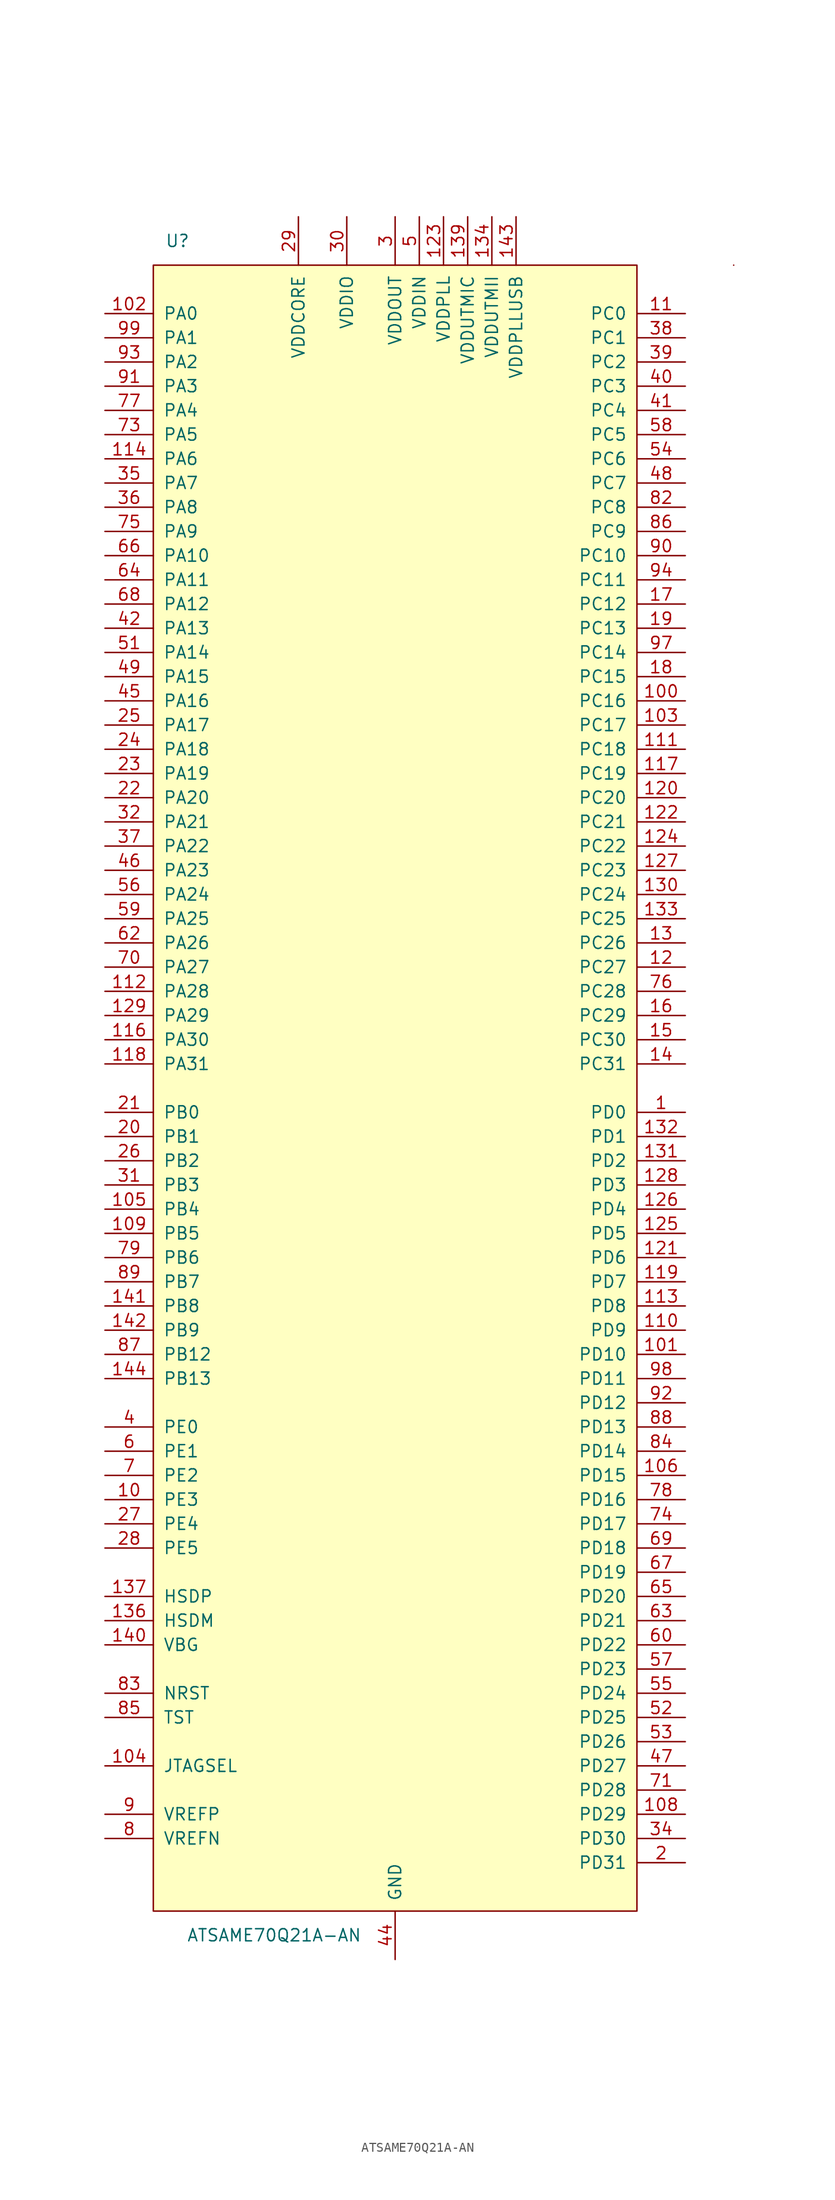
<source format=kicad_sym>
(kicad_symbol_lib
  (version 20201005)
  (generator kicad_symbol_editor)
  (symbol "ATSAME70Q21A-AN"
    (pin_names
      (offset 1.016))
    (property "Reference" "U"
      (at -22.86 88.9 0)
      (effects (font (size 1.27 1.27))))
    (property "Value" "ATSAME70Q21A-AN"
      (at -12.7 -88.9 0)
      (effects (font (size 1.27 1.27))))
    (symbol "ATSAME70Q21A-AN_0_1"
      (rectangle (start 25.4 86.36) (end -25.4 -86.36) (stroke (width 0)) (fill (type background)))
      (rectangle (start 35.56 86.36) (end 35.56 86.36) (stroke (width 0)) (fill (type none))))
    (symbol "ATSAME70Q21A-AN_1_1"
      (pin bidirectional line (at 30.48 -2.54 180) (length 5.08) (name "PD0" (effects (font (size 1.27 1.27)))) (number "1" (effects (font (size 1.27 1.27)))))
      (pin bidirectional line (at -30.48 -43.18 0) (length 5.08) (name "PE3" (effects (font (size 1.27 1.27)))) (number "10" (effects (font (size 1.27 1.27)))))
      (pin bidirectional line (at 30.48 40.64 180) (length 5.08) (name "PC16" (effects (font (size 1.27 1.27)))) (number "100" (effects (font (size 1.27 1.27)))))
      (pin bidirectional line (at 30.48 -27.94 180) (length 5.08) (name "PD10" (effects (font (size 1.27 1.27)))) (number "101" (effects (font (size 1.27 1.27)))))
      (pin bidirectional line (at -30.48 81.28 0) (length 5.08) (name "PA0" (effects (font (size 1.27 1.27)))) (number "102" (effects (font (size 1.27 1.27)))))
      (pin bidirectional line (at 30.48 38.1 180) (length 5.08) (name "PC17" (effects (font (size 1.27 1.27)))) (number "103" (effects (font (size 1.27 1.27)))))
      (pin input line (at -30.48 -71.12 0) (length 5.08) (name "JTAGSEL" (effects (font (size 1.27 1.27)))) (number "104" (effects (font (size 1.27 1.27)))))
      (pin bidirectional line (at -30.48 -12.7 0) (length 5.08) (name "PB4" (effects (font (size 1.27 1.27)))) (number "105" (effects (font (size 1.27 1.27)))))
      (pin bidirectional line (at 30.48 -40.64 180) (length 5.08) (name "PD15" (effects (font (size 1.27 1.27)))) (number "106" (effects (font (size 1.27 1.27)))))
      (pin passive line (at -10.16 91.44 270) (length 5.08) hide (name "VDDCORE" (effects (font (size 1.27 1.27)))) (number "107" (effects (font (size 1.27 1.27)))))
      (pin bidirectional line (at 30.48 -76.2 180) (length 5.08) (name "PD29" (effects (font (size 1.27 1.27)))) (number "108" (effects (font (size 1.27 1.27)))))
      (pin bidirectional line (at -30.48 -15.24 0) (length 5.08) (name "PB5" (effects (font (size 1.27 1.27)))) (number "109" (effects (font (size 1.27 1.27)))))
      (pin bidirectional line (at 30.48 81.28 180) (length 5.08) (name "PC0" (effects (font (size 1.27 1.27)))) (number "11" (effects (font (size 1.27 1.27)))))
      (pin bidirectional line (at 30.48 -25.4 180) (length 5.08) (name "PD9" (effects (font (size 1.27 1.27)))) (number "110" (effects (font (size 1.27 1.27)))))
      (pin bidirectional line (at 30.48 35.56 180) (length 5.08) (name "PC18" (effects (font (size 1.27 1.27)))) (number "111" (effects (font (size 1.27 1.27)))))
      (pin bidirectional line (at -30.48 10.16 0) (length 5.08) (name "PA28" (effects (font (size 1.27 1.27)))) (number "112" (effects (font (size 1.27 1.27)))))
      (pin bidirectional line (at 30.48 -22.86 180) (length 5.08) (name "PD8" (effects (font (size 1.27 1.27)))) (number "113" (effects (font (size 1.27 1.27)))))
      (pin bidirectional line (at -30.48 66.04 0) (length 5.08) (name "PA6" (effects (font (size 1.27 1.27)))) (number "114" (effects (font (size 1.27 1.27)))))
      (pin passive line (at 0 -91.44 90) (length 5.08) hide (name "GND" (effects (font (size 1.27 1.27)))) (number "115" (effects (font (size 1.27 1.27)))))
      (pin bidirectional line (at -30.48 5.08 0) (length 5.08) (name "PA30" (effects (font (size 1.27 1.27)))) (number "116" (effects (font (size 1.27 1.27)))))
      (pin bidirectional line (at 30.48 33.02 180) (length 5.08) (name "PC19" (effects (font (size 1.27 1.27)))) (number "117" (effects (font (size 1.27 1.27)))))
      (pin bidirectional line (at -30.48 2.54 0) (length 5.08) (name "PA31" (effects (font (size 1.27 1.27)))) (number "118" (effects (font (size 1.27 1.27)))))
      (pin bidirectional line (at 30.48 -20.32 180) (length 5.08) (name "PD7" (effects (font (size 1.27 1.27)))) (number "119" (effects (font (size 1.27 1.27)))))
      (pin bidirectional line (at 30.48 12.7 180) (length 5.08) (name "PC27" (effects (font (size 1.27 1.27)))) (number "12" (effects (font (size 1.27 1.27)))))
      (pin bidirectional line (at 30.48 30.48 180) (length 5.08) (name "PC20" (effects (font (size 1.27 1.27)))) (number "120" (effects (font (size 1.27 1.27)))))
      (pin bidirectional line (at 30.48 -17.78 180) (length 5.08) (name "PD6" (effects (font (size 1.27 1.27)))) (number "121" (effects (font (size 1.27 1.27)))))
      (pin bidirectional line (at 30.48 27.94 180) (length 5.08) (name "PC21" (effects (font (size 1.27 1.27)))) (number "122" (effects (font (size 1.27 1.27)))))
      (pin power_in line (at 5.08 91.44 270) (length 5.08) (name "VDDPLL" (effects (font (size 1.27 1.27)))) (number "123" (effects (font (size 1.27 1.27)))))
      (pin bidirectional line (at 30.48 25.4 180) (length 5.08) (name "PC22" (effects (font (size 1.27 1.27)))) (number "124" (effects (font (size 1.27 1.27)))))
      (pin bidirectional line (at 30.48 -15.24 180) (length 5.08) (name "PD5" (effects (font (size 1.27 1.27)))) (number "125" (effects (font (size 1.27 1.27)))))
      (pin bidirectional line (at 30.48 -12.7 180) (length 5.08) (name "PD4" (effects (font (size 1.27 1.27)))) (number "126" (effects (font (size 1.27 1.27)))))
      (pin bidirectional line (at 30.48 22.86 180) (length 5.08) (name "PC23" (effects (font (size 1.27 1.27)))) (number "127" (effects (font (size 1.27 1.27)))))
      (pin bidirectional line (at 30.48 -10.16 180) (length 5.08) (name "PD3" (effects (font (size 1.27 1.27)))) (number "128" (effects (font (size 1.27 1.27)))))
      (pin bidirectional line (at -30.48 7.62 0) (length 5.08) (name "PA29" (effects (font (size 1.27 1.27)))) (number "129" (effects (font (size 1.27 1.27)))))
      (pin bidirectional line (at 30.48 15.24 180) (length 5.08) (name "PC26" (effects (font (size 1.27 1.27)))) (number "13" (effects (font (size 1.27 1.27)))))
      (pin bidirectional line (at 30.48 20.32 180) (length 5.08) (name "PC24" (effects (font (size 1.27 1.27)))) (number "130" (effects (font (size 1.27 1.27)))))
      (pin bidirectional line (at 30.48 -7.62 180) (length 5.08) (name "PD2" (effects (font (size 1.27 1.27)))) (number "131" (effects (font (size 1.27 1.27)))))
      (pin bidirectional line (at 30.48 -5.08 180) (length 5.08) (name "PD1" (effects (font (size 1.27 1.27)))) (number "132" (effects (font (size 1.27 1.27)))))
      (pin bidirectional line (at 30.48 17.78 180) (length 5.08) (name "PC25" (effects (font (size 1.27 1.27)))) (number "133" (effects (font (size 1.27 1.27)))))
      (pin power_in line (at 10.16 91.44 270) (length 5.08) (name "VDDUTMII" (effects (font (size 1.27 1.27)))) (number "134" (effects (font (size 1.27 1.27)))))
      (pin passive line (at 0 -91.44 90) (length 5.08) hide (name "GND" (effects (font (size 1.27 1.27)))) (number "135" (effects (font (size 1.27 1.27)))))
      (pin bidirectional line (at -30.48 -55.88 0) (length 5.08) (name "HSDM" (effects (font (size 1.27 1.27)))) (number "136" (effects (font (size 1.27 1.27)))))
      (pin bidirectional line (at -30.48 -53.34 0) (length 5.08) (name "HSDP" (effects (font (size 1.27 1.27)))) (number "137" (effects (font (size 1.27 1.27)))))
      (pin passive line (at 0 -91.44 90) (length 5.08) hide (name "GND" (effects (font (size 1.27 1.27)))) (number "138" (effects (font (size 1.27 1.27)))))
      (pin power_in line (at 7.62 91.44 270) (length 5.08) (name "VDDUTMIC" (effects (font (size 1.27 1.27)))) (number "139" (effects (font (size 1.27 1.27)))))
      (pin bidirectional line (at 30.48 2.54 180) (length 5.08) (name "PC31" (effects (font (size 1.27 1.27)))) (number "14" (effects (font (size 1.27 1.27)))))
      (pin input line (at -30.48 -58.42 0) (length 5.08) (name "VBG" (effects (font (size 1.27 1.27)))) (number "140" (effects (font (size 1.27 1.27)))))
      (pin bidirectional line (at -30.48 -22.86 0) (length 5.08) (name "PB8" (effects (font (size 1.27 1.27)))) (number "141" (effects (font (size 1.27 1.27)))))
      (pin bidirectional line (at -30.48 -25.4 0) (length 5.08) (name "PB9" (effects (font (size 1.27 1.27)))) (number "142" (effects (font (size 1.27 1.27)))))
      (pin power_in line (at 12.7 91.44 270) (length 5.08) (name "VDDPLLUSB" (effects (font (size 1.27 1.27)))) (number "143" (effects (font (size 1.27 1.27)))))
      (pin bidirectional line (at -30.48 -30.48 0) (length 5.08) (name "PB13" (effects (font (size 1.27 1.27)))) (number "144" (effects (font (size 1.27 1.27)))))
      (pin bidirectional line (at 30.48 5.08 180) (length 5.08) (name "PC30" (effects (font (size 1.27 1.27)))) (number "15" (effects (font (size 1.27 1.27)))))
      (pin bidirectional line (at 30.48 7.62 180) (length 5.08) (name "PC29" (effects (font (size 1.27 1.27)))) (number "16" (effects (font (size 1.27 1.27)))))
      (pin bidirectional line (at 30.48 50.8 180) (length 5.08) (name "PC12" (effects (font (size 1.27 1.27)))) (number "17" (effects (font (size 1.27 1.27)))))
      (pin bidirectional line (at 30.48 43.18 180) (length 5.08) (name "PC15" (effects (font (size 1.27 1.27)))) (number "18" (effects (font (size 1.27 1.27)))))
      (pin bidirectional line (at 30.48 48.26 180) (length 5.08) (name "PC13" (effects (font (size 1.27 1.27)))) (number "19" (effects (font (size 1.27 1.27)))))
      (pin bidirectional line (at 30.48 -81.28 180) (length 5.08) (name "PD31" (effects (font (size 1.27 1.27)))) (number "2" (effects (font (size 1.27 1.27)))))
      (pin bidirectional line (at -30.48 -5.08 0) (length 5.08) (name "PB1" (effects (font (size 1.27 1.27)))) (number "20" (effects (font (size 1.27 1.27)))))
      (pin bidirectional line (at -30.48 -2.54 0) (length 5.08) (name "PB0" (effects (font (size 1.27 1.27)))) (number "21" (effects (font (size 1.27 1.27)))))
      (pin bidirectional line (at -30.48 30.48 0) (length 5.08) (name "PA20" (effects (font (size 1.27 1.27)))) (number "22" (effects (font (size 1.27 1.27)))))
      (pin bidirectional line (at -30.48 33.02 0) (length 5.08) (name "PA19" (effects (font (size 1.27 1.27)))) (number "23" (effects (font (size 1.27 1.27)))))
      (pin bidirectional line (at -30.48 35.56 0) (length 5.08) (name "PA18" (effects (font (size 1.27 1.27)))) (number "24" (effects (font (size 1.27 1.27)))))
      (pin bidirectional line (at -30.48 38.1 0) (length 5.08) (name "PA17" (effects (font (size 1.27 1.27)))) (number "25" (effects (font (size 1.27 1.27)))))
      (pin bidirectional line (at -30.48 -7.62 0) (length 5.08) (name "PB2" (effects (font (size 1.27 1.27)))) (number "26" (effects (font (size 1.27 1.27)))))
      (pin bidirectional line (at -30.48 -45.72 0) (length 5.08) (name "PE4" (effects (font (size 1.27 1.27)))) (number "27" (effects (font (size 1.27 1.27)))))
      (pin bidirectional line (at -30.48 -48.26 0) (length 5.08) (name "PE5" (effects (font (size 1.27 1.27)))) (number "28" (effects (font (size 1.27 1.27)))))
      (pin power_in line (at -10.16 91.44 270) (length 5.08) (name "VDDCORE" (effects (font (size 1.27 1.27)))) (number "29" (effects (font (size 1.27 1.27)))))
      (pin power_in line (at 0 91.44 270) (length 5.08) (name "VDDOUT" (effects (font (size 1.27 1.27)))) (number "3" (effects (font (size 1.27 1.27)))))
      (pin power_in line (at -5.08 91.44 270) (length 5.08) (name "VDDIO" (effects (font (size 1.27 1.27)))) (number "30" (effects (font (size 1.27 1.27)))))
      (pin bidirectional line (at -30.48 -10.16 0) (length 5.08) (name "PB3" (effects (font (size 1.27 1.27)))) (number "31" (effects (font (size 1.27 1.27)))))
      (pin bidirectional line (at -30.48 27.94 0) (length 5.08) (name "PA21" (effects (font (size 1.27 1.27)))) (number "32" (effects (font (size 1.27 1.27)))))
      (pin passive line (at -10.16 91.44 270) (length 5.08) hide (name "VDDCORE" (effects (font (size 1.27 1.27)))) (number "33" (effects (font (size 1.27 1.27)))))
      (pin bidirectional line (at 30.48 -78.74 180) (length 5.08) (name "PD30" (effects (font (size 1.27 1.27)))) (number "34" (effects (font (size 1.27 1.27)))))
      (pin bidirectional line (at -30.48 63.5 0) (length 5.08) (name "PA7" (effects (font (size 1.27 1.27)))) (number "35" (effects (font (size 1.27 1.27)))))
      (pin bidirectional line (at -30.48 60.96 0) (length 5.08) (name "PA8" (effects (font (size 1.27 1.27)))) (number "36" (effects (font (size 1.27 1.27)))))
      (pin bidirectional line (at -30.48 25.4 0) (length 5.08) (name "PA22" (effects (font (size 1.27 1.27)))) (number "37" (effects (font (size 1.27 1.27)))))
      (pin bidirectional line (at 30.48 78.74 180) (length 5.08) (name "PC1" (effects (font (size 1.27 1.27)))) (number "38" (effects (font (size 1.27 1.27)))))
      (pin bidirectional line (at 30.48 76.2 180) (length 5.08) (name "PC2" (effects (font (size 1.27 1.27)))) (number "39" (effects (font (size 1.27 1.27)))))
      (pin bidirectional line (at -30.48 -35.56 0) (length 5.08) (name "PE0" (effects (font (size 1.27 1.27)))) (number "4" (effects (font (size 1.27 1.27)))))
      (pin bidirectional line (at 30.48 73.66 180) (length 5.08) (name "PC3" (effects (font (size 1.27 1.27)))) (number "40" (effects (font (size 1.27 1.27)))))
      (pin bidirectional line (at 30.48 71.12 180) (length 5.08) (name "PC4" (effects (font (size 1.27 1.27)))) (number "41" (effects (font (size 1.27 1.27)))))
      (pin bidirectional line (at -30.48 48.26 0) (length 5.08) (name "PA13" (effects (font (size 1.27 1.27)))) (number "42" (effects (font (size 1.27 1.27)))))
      (pin passive line (at -5.08 91.44 270) (length 5.08) hide (name "VDDIO" (effects (font (size 1.27 1.27)))) (number "43" (effects (font (size 1.27 1.27)))))
      (pin power_in line (at 0 -91.44 90) (length 5.08) (name "GND" (effects (font (size 1.27 1.27)))) (number "44" (effects (font (size 1.27 1.27)))))
      (pin bidirectional line (at -30.48 40.64 0) (length 5.08) (name "PA16" (effects (font (size 1.27 1.27)))) (number "45" (effects (font (size 1.27 1.27)))))
      (pin bidirectional line (at -30.48 22.86 0) (length 5.08) (name "PA23" (effects (font (size 1.27 1.27)))) (number "46" (effects (font (size 1.27 1.27)))))
      (pin bidirectional line (at 30.48 -71.12 180) (length 5.08) (name "PD27" (effects (font (size 1.27 1.27)))) (number "47" (effects (font (size 1.27 1.27)))))
      (pin bidirectional line (at 30.48 63.5 180) (length 5.08) (name "PC7" (effects (font (size 1.27 1.27)))) (number "48" (effects (font (size 1.27 1.27)))))
      (pin bidirectional line (at -30.48 43.18 0) (length 5.08) (name "PA15" (effects (font (size 1.27 1.27)))) (number "49" (effects (font (size 1.27 1.27)))))
      (pin power_in line (at 2.54 91.44 270) (length 5.08) (name "VDDIN" (effects (font (size 1.27 1.27)))) (number "5" (effects (font (size 1.27 1.27)))))
      (pin passive line (at -10.16 91.44 270) (length 5.08) hide (name "VDDCORE" (effects (font (size 1.27 1.27)))) (number "50" (effects (font (size 1.27 1.27)))))
      (pin bidirectional line (at -30.48 45.72 0) (length 5.08) (name "PA14" (effects (font (size 1.27 1.27)))) (number "51" (effects (font (size 1.27 1.27)))))
      (pin bidirectional line (at 30.48 -66.04 180) (length 5.08) (name "PD25" (effects (font (size 1.27 1.27)))) (number "52" (effects (font (size 1.27 1.27)))))
      (pin bidirectional line (at 30.48 -68.58 180) (length 5.08) (name "PD26" (effects (font (size 1.27 1.27)))) (number "53" (effects (font (size 1.27 1.27)))))
      (pin bidirectional line (at 30.48 66.04 180) (length 5.08) (name "PC6" (effects (font (size 1.27 1.27)))) (number "54" (effects (font (size 1.27 1.27)))))
      (pin bidirectional line (at 30.48 -63.5 180) (length 5.08) (name "PD24" (effects (font (size 1.27 1.27)))) (number "55" (effects (font (size 1.27 1.27)))))
      (pin bidirectional line (at -30.48 20.32 0) (length 5.08) (name "PA24" (effects (font (size 1.27 1.27)))) (number "56" (effects (font (size 1.27 1.27)))))
      (pin bidirectional line (at 30.48 -60.96 180) (length 5.08) (name "PD23" (effects (font (size 1.27 1.27)))) (number "57" (effects (font (size 1.27 1.27)))))
      (pin bidirectional line (at 30.48 68.58 180) (length 5.08) (name "PC5" (effects (font (size 1.27 1.27)))) (number "58" (effects (font (size 1.27 1.27)))))
      (pin bidirectional line (at -30.48 17.78 0) (length 5.08) (name "PA25" (effects (font (size 1.27 1.27)))) (number "59" (effects (font (size 1.27 1.27)))))
      (pin bidirectional line (at -30.48 -38.1 0) (length 5.08) (name "PE1" (effects (font (size 1.27 1.27)))) (number "6" (effects (font (size 1.27 1.27)))))
      (pin bidirectional line (at 30.48 -58.42 180) (length 5.08) (name "PD22" (effects (font (size 1.27 1.27)))) (number "60" (effects (font (size 1.27 1.27)))))
      (pin passive line (at 0 -91.44 90) (length 5.08) hide (name "GND" (effects (font (size 1.27 1.27)))) (number "61" (effects (font (size 1.27 1.27)))))
      (pin bidirectional line (at -30.48 15.24 0) (length 5.08) (name "PA26" (effects (font (size 1.27 1.27)))) (number "62" (effects (font (size 1.27 1.27)))))
      (pin bidirectional line (at 30.48 -55.88 180) (length 5.08) (name "PD21" (effects (font (size 1.27 1.27)))) (number "63" (effects (font (size 1.27 1.27)))))
      (pin bidirectional line (at -30.48 53.34 0) (length 5.08) (name "PA11" (effects (font (size 1.27 1.27)))) (number "64" (effects (font (size 1.27 1.27)))))
      (pin bidirectional line (at 30.48 -53.34 180) (length 5.08) (name "PD20" (effects (font (size 1.27 1.27)))) (number "65" (effects (font (size 1.27 1.27)))))
      (pin bidirectional line (at -30.48 55.88 0) (length 5.08) (name "PA10" (effects (font (size 1.27 1.27)))) (number "66" (effects (font (size 1.27 1.27)))))
      (pin bidirectional line (at 30.48 -50.8 180) (length 5.08) (name "PD19" (effects (font (size 1.27 1.27)))) (number "67" (effects (font (size 1.27 1.27)))))
      (pin bidirectional line (at -30.48 50.8 0) (length 5.08) (name "PA12" (effects (font (size 1.27 1.27)))) (number "68" (effects (font (size 1.27 1.27)))))
      (pin bidirectional line (at 30.48 -48.26 180) (length 5.08) (name "PD18" (effects (font (size 1.27 1.27)))) (number "69" (effects (font (size 1.27 1.27)))))
      (pin bidirectional line (at -30.48 -40.64 0) (length 5.08) (name "PE2" (effects (font (size 1.27 1.27)))) (number "7" (effects (font (size 1.27 1.27)))))
      (pin bidirectional line (at -30.48 12.7 0) (length 5.08) (name "PA27" (effects (font (size 1.27 1.27)))) (number "70" (effects (font (size 1.27 1.27)))))
      (pin bidirectional line (at 30.48 -73.66 180) (length 5.08) (name "PD28" (effects (font (size 1.27 1.27)))) (number "71" (effects (font (size 1.27 1.27)))))
      (pin passive line (at -5.08 91.44 270) (length 5.08) hide (name "VDDIO" (effects (font (size 1.27 1.27)))) (number "72" (effects (font (size 1.27 1.27)))))
      (pin bidirectional line (at -30.48 68.58 0) (length 5.08) (name "PA5" (effects (font (size 1.27 1.27)))) (number "73" (effects (font (size 1.27 1.27)))))
      (pin bidirectional line (at 30.48 -45.72 180) (length 5.08) (name "PD17" (effects (font (size 1.27 1.27)))) (number "74" (effects (font (size 1.27 1.27)))))
      (pin bidirectional line (at -30.48 58.42 0) (length 5.08) (name "PA9" (effects (font (size 1.27 1.27)))) (number "75" (effects (font (size 1.27 1.27)))))
      (pin bidirectional line (at 30.48 10.16 180) (length 5.08) (name "PC28" (effects (font (size 1.27 1.27)))) (number "76" (effects (font (size 1.27 1.27)))))
      (pin bidirectional line (at -30.48 71.12 0) (length 5.08) (name "PA4" (effects (font (size 1.27 1.27)))) (number "77" (effects (font (size 1.27 1.27)))))
      (pin bidirectional line (at 30.48 -43.18 180) (length 5.08) (name "PD16" (effects (font (size 1.27 1.27)))) (number "78" (effects (font (size 1.27 1.27)))))
      (pin bidirectional line (at -30.48 -17.78 0) (length 5.08) (name "PB6" (effects (font (size 1.27 1.27)))) (number "79" (effects (font (size 1.27 1.27)))))
      (pin bidirectional line (at -30.48 -78.74 0) (length 5.08) (name "VREFN" (effects (font (size 1.27 1.27)))) (number "8" (effects (font (size 1.27 1.27)))))
      (pin passive line (at -5.08 91.44 270) (length 5.08) hide (name "VDDIO" (effects (font (size 1.27 1.27)))) (number "80" (effects (font (size 1.27 1.27)))))
      (pin passive line (at -10.16 91.44 270) (length 5.08) hide (name "VDDCORE" (effects (font (size 1.27 1.27)))) (number "81" (effects (font (size 1.27 1.27)))))
      (pin bidirectional line (at 30.48 60.96 180) (length 5.08) (name "PC8" (effects (font (size 1.27 1.27)))) (number "82" (effects (font (size 1.27 1.27)))))
      (pin bidirectional line (at -30.48 -63.5 0) (length 5.08) (name "NRST" (effects (font (size 1.27 1.27)))) (number "83" (effects (font (size 1.27 1.27)))))
      (pin bidirectional line (at 30.48 -38.1 180) (length 5.08) (name "PD14" (effects (font (size 1.27 1.27)))) (number "84" (effects (font (size 1.27 1.27)))))
      (pin input line (at -30.48 -66.04 0) (length 5.08) (name "TST" (effects (font (size 1.27 1.27)))) (number "85" (effects (font (size 1.27 1.27)))))
      (pin bidirectional line (at 30.48 58.42 180) (length 5.08) (name "PC9" (effects (font (size 1.27 1.27)))) (number "86" (effects (font (size 1.27 1.27)))))
      (pin bidirectional line (at -30.48 -27.94 0) (length 5.08) (name "PB12" (effects (font (size 1.27 1.27)))) (number "87" (effects (font (size 1.27 1.27)))))
      (pin bidirectional line (at 30.48 -35.56 180) (length 5.08) (name "PD13" (effects (font (size 1.27 1.27)))) (number "88" (effects (font (size 1.27 1.27)))))
      (pin bidirectional line (at -30.48 -20.32 0) (length 5.08) (name "PB7" (effects (font (size 1.27 1.27)))) (number "89" (effects (font (size 1.27 1.27)))))
      (pin input line (at -30.48 -76.2 0) (length 5.08) (name "VREFP" (effects (font (size 1.27 1.27)))) (number "9" (effects (font (size 1.27 1.27)))))
      (pin bidirectional line (at 30.48 55.88 180) (length 5.08) (name "PC10" (effects (font (size 1.27 1.27)))) (number "90" (effects (font (size 1.27 1.27)))))
      (pin bidirectional line (at -30.48 73.66 0) (length 5.08) (name "PA3" (effects (font (size 1.27 1.27)))) (number "91" (effects (font (size 1.27 1.27)))))
      (pin bidirectional line (at 30.48 -33.02 180) (length 5.08) (name "PD12" (effects (font (size 1.27 1.27)))) (number "92" (effects (font (size 1.27 1.27)))))
      (pin bidirectional line (at -30.48 76.2 0) (length 5.08) (name "PA2" (effects (font (size 1.27 1.27)))) (number "93" (effects (font (size 1.27 1.27)))))
      (pin bidirectional line (at 30.48 53.34 180) (length 5.08) (name "PC11" (effects (font (size 1.27 1.27)))) (number "94" (effects (font (size 1.27 1.27)))))
      (pin passive line (at 0 -91.44 90) (length 5.08) hide (name "GND" (effects (font (size 1.27 1.27)))) (number "95" (effects (font (size 1.27 1.27)))))
      (pin passive line (at -5.08 91.44 270) (length 5.08) hide (name "VDDIO" (effects (font (size 1.27 1.27)))) (number "96" (effects (font (size 1.27 1.27)))))
      (pin bidirectional line (at 30.48 45.72 180) (length 5.08) (name "PC14" (effects (font (size 1.27 1.27)))) (number "97" (effects (font (size 1.27 1.27)))))
      (pin bidirectional line (at 30.48 -30.48 180) (length 5.08) (name "PD11" (effects (font (size 1.27 1.27)))) (number "98" (effects (font (size 1.27 1.27)))))
      (pin bidirectional line (at -30.48 78.74 0) (length 5.08) (name "PA1" (effects (font (size 1.27 1.27)))) (number "99" (effects (font (size 1.27 1.27))))))))
</source>
